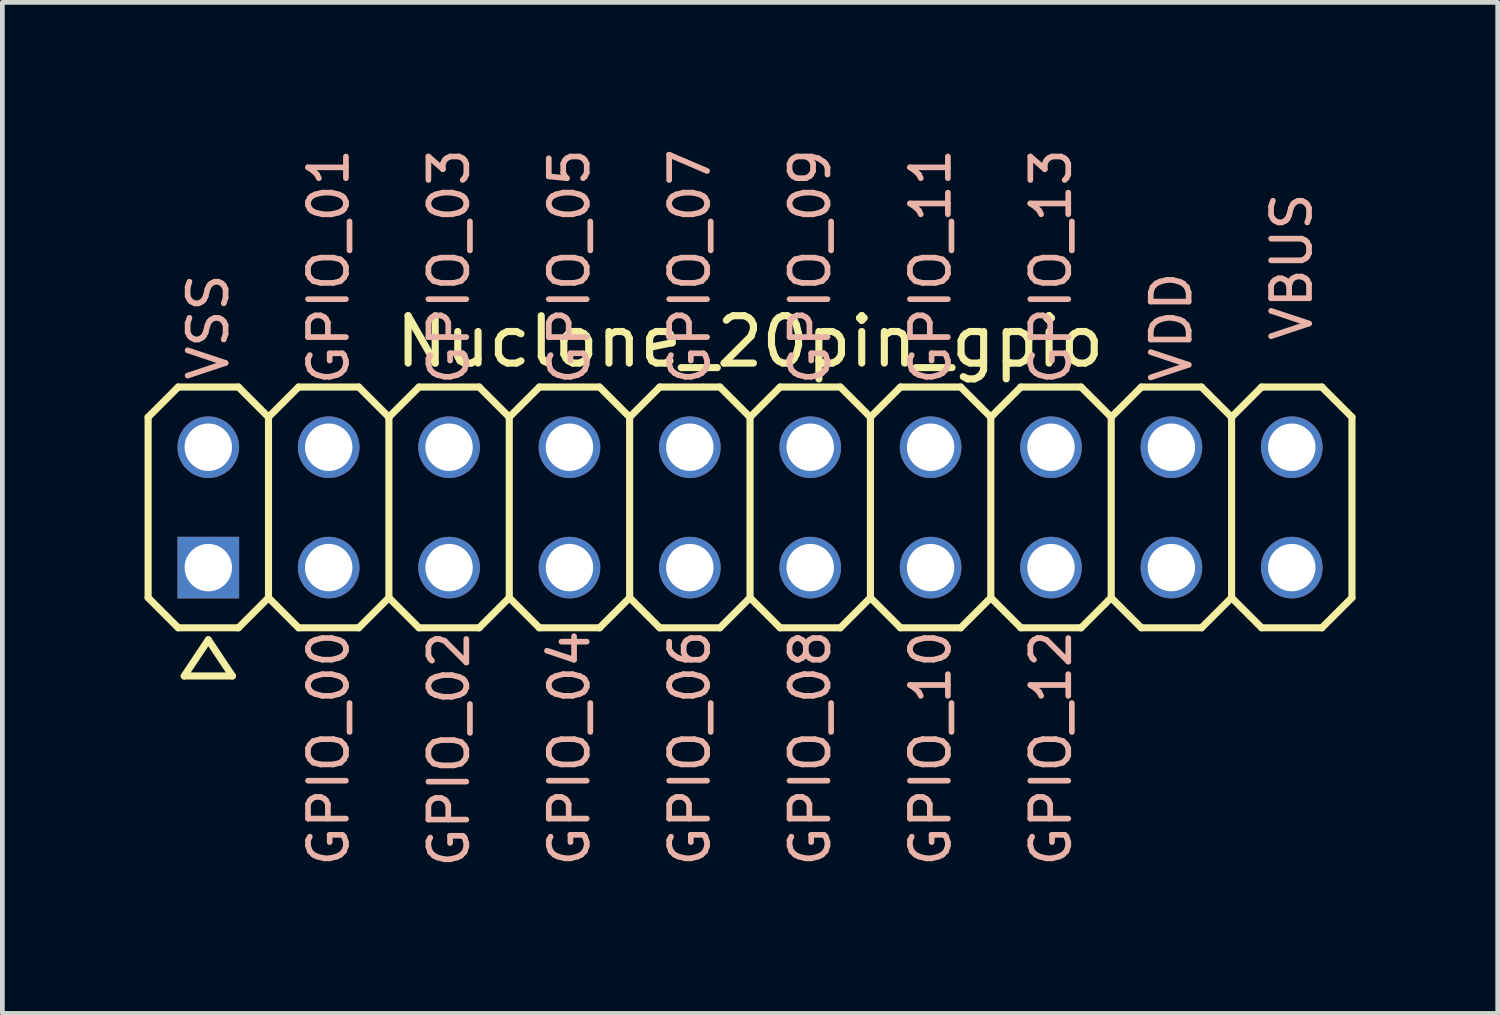
<source format=kicad_pcb>
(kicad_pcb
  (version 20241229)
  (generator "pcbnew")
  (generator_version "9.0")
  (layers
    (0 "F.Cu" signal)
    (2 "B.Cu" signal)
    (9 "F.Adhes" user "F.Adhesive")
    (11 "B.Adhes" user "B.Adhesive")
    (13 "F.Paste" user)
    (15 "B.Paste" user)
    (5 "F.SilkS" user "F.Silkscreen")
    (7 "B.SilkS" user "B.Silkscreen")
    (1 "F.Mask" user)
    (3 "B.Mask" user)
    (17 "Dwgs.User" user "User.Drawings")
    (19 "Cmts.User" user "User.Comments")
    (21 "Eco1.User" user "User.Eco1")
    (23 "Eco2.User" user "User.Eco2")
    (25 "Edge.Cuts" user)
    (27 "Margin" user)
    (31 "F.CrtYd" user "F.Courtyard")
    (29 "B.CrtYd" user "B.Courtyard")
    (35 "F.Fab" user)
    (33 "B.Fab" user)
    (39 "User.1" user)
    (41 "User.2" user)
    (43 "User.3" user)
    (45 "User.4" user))
  (footprint "Nuclone_20pin_gpio"
    (layer "F.Cu")
    (at 12.775 7.656)
    (property "Reference" "Nuclone_20pin_gpio" (at 0 -3.5 0) (layer "F.SilkS") (effects (font (size 1 1) (thickness 0.15))))
    (attr exclude_from_pos_files exclude_from_bom)
    (fp_line (start -12.7 -1.905) (end -12.065 -2.54) (stroke (width 0.15) (type solid)) (layer "F.SilkS"))
    (fp_line (start -12.7 1.905) (end -12.7 -1.905) (stroke (width 0.15) (type solid)) (layer "F.SilkS"))
    (fp_line (start -12.7 1.905) (end -12.065 2.54) (stroke (width 0.15) (type solid)) (layer "F.SilkS"))
    (fp_line (start -12.065 -2.54) (end -10.795 -2.54) (stroke (width 0.15) (type solid)) (layer "F.SilkS"))
    (fp_line (start -12.065 2.54) (end -10.795 2.54) (stroke (width 0.15) (type solid)) (layer "F.SilkS"))
    (fp_line (start -11.938 3.556) (end -10.922 3.556) (stroke (width 0.15) (type solid)) (layer "F.SilkS"))
    (fp_line (start -11.43 2.794) (end -11.938 3.556) (stroke (width 0.15) (type solid)) (layer "F.SilkS"))
    (fp_line (start -10.922 3.556) (end -11.43 2.794) (stroke (width 0.15) (type solid)) (layer "F.SilkS"))
    (fp_line (start -10.795 -2.54) (end -10.16 -1.905) (stroke (width 0.15) (type solid)) (layer "F.SilkS"))
    (fp_line (start -10.795 2.54) (end -10.16 1.905) (stroke (width 0.15) (type solid)) (layer "F.SilkS"))
    (fp_line (start -10.16 -1.905) (end -10.16 1.905) (stroke (width 0.15) (type solid)) (layer "F.SilkS"))
    (fp_line (start -10.16 -1.905) (end -9.525 -2.54) (stroke (width 0.15) (type solid)) (layer "F.SilkS"))
    (fp_line (start -10.16 1.905) (end -9.525 2.54) (stroke (width 0.15) (type solid)) (layer "F.SilkS"))
    (fp_line (start -9.525 -2.54) (end -8.255 -2.54) (stroke (width 0.15) (type solid)) (layer "F.SilkS"))
    (fp_line (start -9.525 2.54) (end -8.255 2.54) (stroke (width 0.15) (type solid)) (layer "F.SilkS"))
    (fp_line (start -8.255 -2.54) (end -7.62 -1.905) (stroke (width 0.15) (type solid)) (layer "F.SilkS"))
    (fp_line (start -8.255 2.54) (end -7.62 1.905) (stroke (width 0.15) (type solid)) (layer "F.SilkS"))
    (fp_line (start -7.62 -1.905) (end -7.62 1.905) (stroke (width 0.15) (type solid)) (layer "F.SilkS"))
    (fp_line (start -7.62 -1.905) (end -6.985 -2.54) (stroke (width 0.15) (type solid)) (layer "F.SilkS"))
    (fp_line (start -7.62 1.905) (end -6.985 2.54) (stroke (width 0.15) (type solid)) (layer "F.SilkS"))
    (fp_line (start -6.985 -2.54) (end -5.715 -2.54) (stroke (width 0.15) (type solid)) (layer "F.SilkS"))
    (fp_line (start -6.985 2.54) (end -5.715 2.54) (stroke (width 0.15) (type solid)) (layer "F.SilkS"))
    (fp_line (start -5.715 -2.54) (end -5.08 -1.905) (stroke (width 0.15) (type solid)) (layer "F.SilkS"))
    (fp_line (start -5.715 2.54) (end -5.08 1.905) (stroke (width 0.15) (type solid)) (layer "F.SilkS"))
    (fp_line (start -5.08 -1.905) (end -5.08 1.905) (stroke (width 0.15) (type solid)) (layer "F.SilkS"))
    (fp_line (start -5.08 -1.905) (end -4.445 -2.54) (stroke (width 0.15) (type solid)) (layer "F.SilkS"))
    (fp_line (start -5.08 1.905) (end -4.445 2.54) (stroke (width 0.15) (type solid)) (layer "F.SilkS"))
    (fp_line (start -4.445 -2.54) (end -3.175 -2.54) (stroke (width 0.15) (type solid)) (layer "F.SilkS"))
    (fp_line (start -4.445 2.54) (end -3.175 2.54) (stroke (width 0.15) (type solid)) (layer "F.SilkS"))
    (fp_line (start -3.175 -2.54) (end -2.54 -1.905) (stroke (width 0.15) (type solid)) (layer "F.SilkS"))
    (fp_line (start -3.175 2.54) (end -2.54 1.905) (stroke (width 0.15) (type solid)) (layer "F.SilkS"))
    (fp_line (start -2.54 -1.905) (end -2.54 1.905) (stroke (width 0.15) (type solid)) (layer "F.SilkS"))
    (fp_line (start -2.54 -1.905) (end -1.905 -2.54) (stroke (width 0.15) (type solid)) (layer "F.SilkS"))
    (fp_line (start -2.54 1.905) (end -1.905 2.54) (stroke (width 0.15) (type solid)) (layer "F.SilkS"))
    (fp_line (start -1.905 -2.54) (end -0.635 -2.54) (stroke (width 0.15) (type solid)) (layer "F.SilkS"))
    (fp_line (start -1.905 2.54) (end -0.635 2.54) (stroke (width 0.15) (type solid)) (layer "F.SilkS"))
    (fp_line (start -0.635 -2.54) (end 0 -1.905) (stroke (width 0.15) (type solid)) (layer "F.SilkS"))
    (fp_line (start -0.635 2.54) (end 0 1.905) (stroke (width 0.15) (type solid)) (layer "F.SilkS"))
    (fp_line (start 0 -1.905) (end 0 1.905) (stroke (width 0.15) (type solid)) (layer "F.SilkS"))
    (fp_line (start 0 -1.905) (end 0.635 -2.54) (stroke (width 0.15) (type solid)) (layer "F.SilkS"))
    (fp_line (start 0 1.905) (end 0.635 2.54) (stroke (width 0.15) (type solid)) (layer "F.SilkS"))
    (fp_line (start 0.635 -2.54) (end 1.905 -2.54) (stroke (width 0.15) (type solid)) (layer "F.SilkS"))
    (fp_line (start 0.635 2.54) (end 1.905 2.54) (stroke (width 0.15) (type solid)) (layer "F.SilkS"))
    (fp_line (start 1.905 -2.54) (end 2.54 -1.905) (stroke (width 0.15) (type solid)) (layer "F.SilkS"))
    (fp_line (start 1.905 2.54) (end 2.54 1.905) (stroke (width 0.15) (type solid)) (layer "F.SilkS"))
    (fp_line (start 2.54 -1.905) (end 2.54 1.905) (stroke (width 0.15) (type solid)) (layer "F.SilkS"))
    (fp_line (start 2.54 -1.905) (end 3.175 -2.54) (stroke (width 0.15) (type solid)) (layer "F.SilkS"))
    (fp_line (start 2.54 1.905) (end 3.175 2.54) (stroke (width 0.15) (type solid)) (layer "F.SilkS"))
    (fp_line (start 3.175 -2.54) (end 4.445 -2.54) (stroke (width 0.15) (type solid)) (layer "F.SilkS"))
    (fp_line (start 3.175 2.54) (end 4.445 2.54) (stroke (width 0.15) (type solid)) (layer "F.SilkS"))
    (fp_line (start 4.445 -2.54) (end 5.08 -1.905) (stroke (width 0.15) (type solid)) (layer "F.SilkS"))
    (fp_line (start 5.08 -1.905) (end 5.08 1.905) (stroke (width 0.15) (type solid)) (layer "F.SilkS"))
    (fp_line (start 5.08 -1.905) (end 5.715 -2.54) (stroke (width 0.15) (type solid)) (layer "F.SilkS"))
    (fp_line (start 5.08 1.905) (end 4.445 2.54) (stroke (width 0.15) (type solid)) (layer "F.SilkS"))
    (fp_line (start 5.08 1.905) (end 5.715 2.54) (stroke (width 0.15) (type solid)) (layer "F.SilkS"))
    (fp_line (start 5.715 -2.54) (end 6.985 -2.54) (stroke (width 0.15) (type solid)) (layer "F.SilkS"))
    (fp_line (start 5.715 2.54) (end 6.985 2.54) (stroke (width 0.15) (type solid)) (layer "F.SilkS"))
    (fp_line (start 6.985 -2.54) (end 7.62 -1.905) (stroke (width 0.15) (type solid)) (layer "F.SilkS"))
    (fp_line (start 7.62 -1.905) (end 7.62 1.905) (stroke (width 0.15) (type solid)) (layer "F.SilkS"))
    (fp_line (start 7.62 -1.905) (end 8.255 -2.54) (stroke (width 0.15) (type solid)) (layer "F.SilkS"))
    (fp_line (start 7.62 1.905) (end 6.985 2.54) (stroke (width 0.15) (type solid)) (layer "F.SilkS"))
    (fp_line (start 7.62 1.905) (end 8.255 2.54) (stroke (width 0.15) (type solid)) (layer "F.SilkS"))
    (fp_line (start 8.255 -2.54) (end 9.525 -2.54) (stroke (width 0.15) (type solid)) (layer "F.SilkS"))
    (fp_line (start 8.255 2.54) (end 9.525 2.54) (stroke (width 0.15) (type solid)) (layer "F.SilkS"))
    (fp_line (start 9.525 -2.54) (end 10.16 -1.905) (stroke (width 0.15) (type solid)) (layer "F.SilkS"))
    (fp_line (start 10.16 -1.905) (end 10.16 1.905) (stroke (width 0.15) (type solid)) (layer "F.SilkS"))
    (fp_line (start 10.16 -1.905) (end 10.795 -2.54) (stroke (width 0.15) (type solid)) (layer "F.SilkS"))
    (fp_line (start 10.16 1.905) (end 9.525 2.54) (stroke (width 0.15) (type solid)) (layer "F.SilkS"))
    (fp_line (start 10.16 1.905) (end 10.795 2.54) (stroke (width 0.15) (type solid)) (layer "F.SilkS"))
    (fp_line (start 10.795 -2.54) (end 12.065 -2.54) (stroke (width 0.15) (type solid)) (layer "F.SilkS"))
    (fp_line (start 10.795 2.54) (end 12.065 2.54) (stroke (width 0.15) (type solid)) (layer "F.SilkS"))
    (fp_line (start 12.065 -2.54) (end 12.7 -1.905) (stroke (width 0.15) (type solid)) (layer "F.SilkS"))
    (fp_line (start 12.7 -1.905) (end 12.7 1.905) (stroke (width 0.15) (type solid)) (layer "F.SilkS"))
    (fp_line (start 12.7 1.905) (end 12.065 2.54) (stroke (width 0.15) (type solid)) (layer "F.SilkS"))
    (fp_text user "GPIO_08" (at 1.27 5.08 90) (layer "B.SilkS") (effects (font (size 0.8 0.8) (thickness 0.12))))
    (fp_text user "VDD" (at 8.89 -3.81 90) (layer "B.SilkS") (effects (font (size 0.8 0.8) (thickness 0.12))))
    (fp_text user "GPIO_02" (at -6.35 5.1 90) (layer "B.SilkS") (effects (font (size 0.8 0.8) (thickness 0.12))))
    (fp_text user "GPIO_05" (at -3.81 -5.08 90) (layer "B.SilkS") (effects (font (size 0.8 0.8) (thickness 0.12))))
    (fp_text user "VSS" (at -11.43 -3.81 90) (layer "B.SilkS") (effects (font (size 0.8 0.8) (thickness 0.12))))
    (fp_text user "GPIO_09" (at 1.27 -5.08 90) (layer "B.SilkS") (effects (font (size 0.8 0.8) (thickness 0.12))))
    (fp_text user "GPIO_10" (at 3.81 5.08 90) (layer "B.SilkS") (effects (font (size 0.8 0.8) (thickness 0.12))))
    (fp_text user "GPIO_04" (at -3.81 5.08 90) (layer "B.SilkS") (effects (font (size 0.8 0.8) (thickness 0.12))))
    (fp_text user "GPIO_12" (at 6.35 5.08 90) (layer "B.SilkS") (effects (font (size 0.8 0.8) (thickness 0.12))))
    (fp_text user "VBUS" (at 11.43 -5.08 90) (layer "B.SilkS") (effects (font (size 0.8 0.8) (thickness 0.12))))
    (fp_text user "GPIO_01" (at -8.89 -5.08 90) (layer "B.SilkS") (effects (font (size 0.8 0.8) (thickness 0.12))))
    (fp_text user "GPIO_11" (at 3.81 -5.08 90) (layer "B.SilkS") (effects (font (size 0.8 0.8) (thickness 0.12))))
    (fp_text user "GPIO_00" (at -8.89 5.08 90) (layer "B.SilkS") (effects (font (size 0.8 0.8) (thickness 0.12))))
    (fp_text user "GPIO_03" (at -6.35 -5.08 90) (layer "B.SilkS") (effects (font (size 0.8 0.8) (thickness 0.12))))
    (fp_text user "GPIO_06" (at -1.27 5.08 90) (layer "B.SilkS") (effects (font (size 0.8 0.8) (thickness 0.12))))
    (fp_text user "GPIO_07" (at -1.27 -5.08 90) (layer "B.SilkS") (effects (font (size 0.8 0.8) (thickness 0.12))))
    (fp_text user "GPIO_13" (at 6.35 -5.08 270) (layer "B.SilkS") (effects (font (size 0.8 0.8) (thickness 0.12))))
    (pad "1" thru_hole rect (at -11.43 1.27) (size 1.3 1.3) (drill 1) (layers "*.Cu" "*.Mask"))
    (pad "2" thru_hole circle (at -11.43 -1.27) (size 1.3 1.3) (drill 1) (layers "*.Cu" "*.Mask"))
    (pad "3" thru_hole circle (at -8.89 1.27) (size 1.3 1.3) (drill 1) (layers "*.Cu" "*.Mask"))
    (pad "4" thru_hole circle (at -8.89 -1.27) (size 1.3 1.3) (drill 1) (layers "*.Cu" "*.Mask"))
    (pad "5" thru_hole circle (at -6.35 1.27) (size 1.3 1.3) (drill 1) (layers "*.Cu" "*.Mask"))
    (pad "6" thru_hole circle (at -6.35 -1.27) (size 1.3 1.3) (drill 1) (layers "*.Cu" "*.Mask"))
    (pad "7" thru_hole circle (at -3.81 1.27) (size 1.3 1.3) (drill 1) (layers "*.Cu" "*.Mask"))
    (pad "8" thru_hole circle (at -3.81 -1.27) (size 1.3 1.3) (drill 1) (layers "*.Cu" "*.Mask"))
    (pad "9" thru_hole circle (at -1.27 1.27) (size 1.3 1.3) (drill 1) (layers "*.Cu" "*.Mask"))
    (pad "10" thru_hole circle (at -1.27 -1.27) (size 1.3 1.3) (drill 1) (layers "*.Cu" "*.Mask"))
    (pad "11" thru_hole circle (at 1.27 1.27) (size 1.3 1.3) (drill 1) (layers "*.Cu" "*.Mask"))
    (pad "12" thru_hole circle (at 1.27 -1.27) (size 1.3 1.3) (drill 1) (layers "*.Cu" "*.Mask"))
    (pad "13" thru_hole circle (at 3.81 1.27) (size 1.3 1.3) (drill 1) (layers "*.Cu" "*.Mask"))
    (pad "14" thru_hole circle (at 3.81 -1.27) (size 1.3 1.3) (drill 1) (layers "*.Cu" "*.Mask"))
    (pad "15" thru_hole circle (at 6.35 1.27) (size 1.3 1.3) (drill 1) (layers "*.Cu" "*.Mask"))
    (pad "16" thru_hole circle (at 6.35 -1.27) (size 1.3 1.3) (drill 1) (layers "*.Cu" "*.Mask"))
    (pad "17" thru_hole circle (at 8.89 1.27) (size 1.3 1.3) (drill 1) (layers "*.Cu" "*.Mask"))
    (pad "18" thru_hole circle (at 8.89 -1.27) (size 1.3 1.3) (drill 1) (layers "*.Cu" "*.Mask"))
    (pad "19" thru_hole circle (at 11.43 1.27) (size 1.3 1.3) (drill 1) (layers "*.Cu" "*.Mask"))
    (pad "20" thru_hole circle (at 11.43 -1.27) (size 1.3 1.3) (drill 1) (layers "*.Cu" "*.Mask")))
  (gr_rect
    (start -3 -3)
    (end 28.55 18.332)
    (stroke (width 0.1) (type default))
    (fill no)
    (layer "Edge.Cuts")))
</source>
